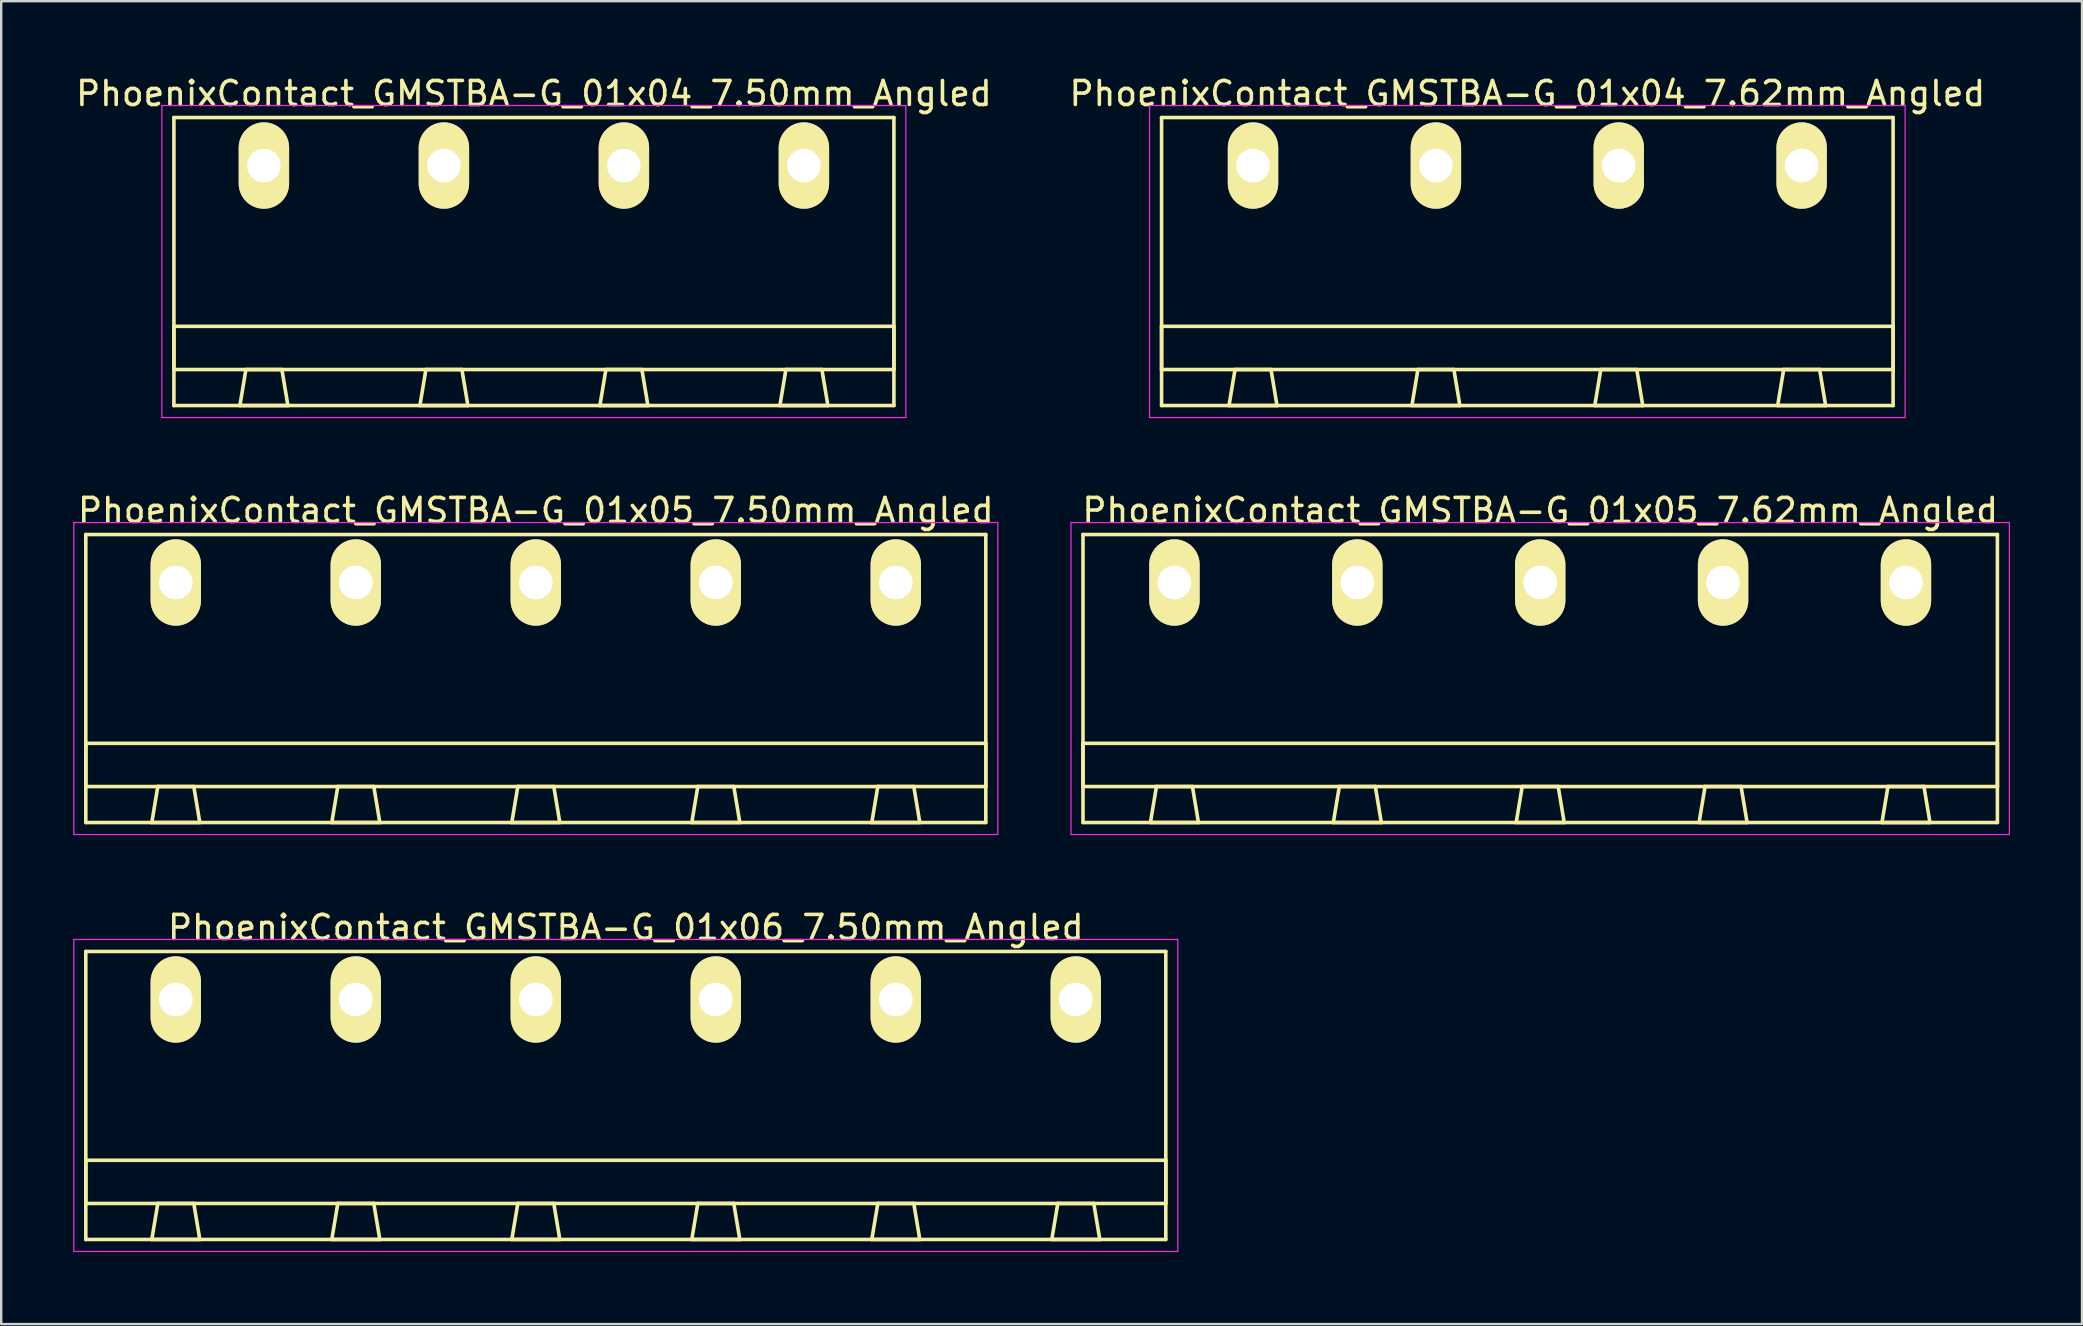
<source format=kicad_pcb>
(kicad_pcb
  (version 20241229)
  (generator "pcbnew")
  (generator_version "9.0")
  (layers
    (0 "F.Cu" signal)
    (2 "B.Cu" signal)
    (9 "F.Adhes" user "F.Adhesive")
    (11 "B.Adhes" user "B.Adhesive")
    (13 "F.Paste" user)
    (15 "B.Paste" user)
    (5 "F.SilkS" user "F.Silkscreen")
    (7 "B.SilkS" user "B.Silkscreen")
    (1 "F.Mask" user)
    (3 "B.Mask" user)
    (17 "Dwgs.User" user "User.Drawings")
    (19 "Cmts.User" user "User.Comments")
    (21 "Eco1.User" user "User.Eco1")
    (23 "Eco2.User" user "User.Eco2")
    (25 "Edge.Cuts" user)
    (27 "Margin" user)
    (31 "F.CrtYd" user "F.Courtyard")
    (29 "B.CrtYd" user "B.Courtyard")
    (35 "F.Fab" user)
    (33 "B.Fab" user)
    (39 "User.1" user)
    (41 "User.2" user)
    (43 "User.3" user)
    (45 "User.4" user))
  (footprint "PhoenixContact_GMSTBA-G_01x04_7.50mm_Angled"
    (layer "F.Cu")
    (at 7.946 3.848)
    (property "Reference" "PhoenixContact_GMSTBA-G_01x04_7.50mm_Angled" (at 11.25 -3 0) (layer "F.SilkS") (effects (font (size 1 1) (thickness 0.15))))
    (attr through_hole)
    (fp_line (start -3.75 -2) (end -3.75 10) (stroke (width 0.15) (type solid)) (layer "F.SilkS"))
    (fp_line (start -3.75 6.7) (end 26.25 6.7) (stroke (width 0.15) (type solid)) (layer "F.SilkS"))
    (fp_line (start -3.75 8.5) (end -3.75 6.7) (stroke (width 0.15) (type solid)) (layer "F.SilkS"))
    (fp_line (start -3.75 10) (end 26.25 10) (stroke (width 0.15) (type solid)) (layer "F.SilkS"))
    (fp_line (start -1 10) (end 1 10) (stroke (width 0.15) (type solid)) (layer "F.SilkS"))
    (fp_line (start -0.75 8.5) (end -1 10) (stroke (width 0.15) (type solid)) (layer "F.SilkS"))
    (fp_line (start 0.75 8.5) (end -0.75 8.5) (stroke (width 0.15) (type solid)) (layer "F.SilkS"))
    (fp_line (start 1 10) (end 0.75 8.5) (stroke (width 0.15) (type solid)) (layer "F.SilkS"))
    (fp_line (start 6.5 10) (end 8.5 10) (stroke (width 0.15) (type solid)) (layer "F.SilkS"))
    (fp_line (start 6.75 8.5) (end 6.5 10) (stroke (width 0.15) (type solid)) (layer "F.SilkS"))
    (fp_line (start 8.25 8.5) (end 6.75 8.5) (stroke (width 0.15) (type solid)) (layer "F.SilkS"))
    (fp_line (start 8.5 10) (end 8.25 8.5) (stroke (width 0.15) (type solid)) (layer "F.SilkS"))
    (fp_line (start 14 10) (end 16 10) (stroke (width 0.15) (type solid)) (layer "F.SilkS"))
    (fp_line (start 14.25 8.5) (end 14 10) (stroke (width 0.15) (type solid)) (layer "F.SilkS"))
    (fp_line (start 15.75 8.5) (end 14.25 8.5) (stroke (width 0.15) (type solid)) (layer "F.SilkS"))
    (fp_line (start 16 10) (end 15.75 8.5) (stroke (width 0.15) (type solid)) (layer "F.SilkS"))
    (fp_line (start 21.5 10) (end 23.5 10) (stroke (width 0.15) (type solid)) (layer "F.SilkS"))
    (fp_line (start 21.75 8.5) (end 21.5 10) (stroke (width 0.15) (type solid)) (layer "F.SilkS"))
    (fp_line (start 23.25 8.5) (end 21.75 8.5) (stroke (width 0.15) (type solid)) (layer "F.SilkS"))
    (fp_line (start 23.5 10) (end 23.25 8.5) (stroke (width 0.15) (type solid)) (layer "F.SilkS"))
    (fp_line (start 26.25 -2) (end -3.75 -2) (stroke (width 0.15) (type solid)) (layer "F.SilkS"))
    (fp_line (start 26.25 6.7) (end 26.25 8.5) (stroke (width 0.15) (type solid)) (layer "F.SilkS"))
    (fp_line (start 26.25 8.5) (end -3.75 8.5) (stroke (width 0.15) (type solid)) (layer "F.SilkS"))
    (fp_line (start 26.25 10) (end 26.25 -2) (stroke (width 0.15) (type solid)) (layer "F.SilkS"))
    (fp_line (start -4.25 -2.5) (end -4.25 10.5) (stroke (width 0.05) (type solid)) (layer "F.CrtYd"))
    (fp_line (start -4.25 10.5) (end 26.75 10.5) (stroke (width 0.05) (type solid)) (layer "F.CrtYd"))
    (fp_line (start 26.75 -2.5) (end -4.25 -2.5) (stroke (width 0.05) (type solid)) (layer "F.CrtYd"))
    (fp_line (start 26.75 10.5) (end 26.75 -2.5) (stroke (width 0.05) (type solid)) (layer "F.CrtYd"))
    (pad "1" thru_hole oval (at 0 0) (size 2.1 3.6) (drill 1.4) (layers "*.Cu" "*.Mask" "F.SilkS"))
    (pad "2" thru_hole oval (at 7.5 0) (size 2.1 3.6) (drill 1.4) (layers "*.Cu" "*.Mask" "F.SilkS"))
    (pad "3" thru_hole oval (at 15 0) (size 2.1 3.6) (drill 1.4) (layers "*.Cu" "*.Mask" "F.SilkS"))
    (pad "4" thru_hole oval (at 22.5 0) (size 2.1 3.6) (drill 1.4) (layers "*.Cu" "*.Mask" "F.SilkS")))
  (footprint "PhoenixContact_GMSTBA-G_01x04_7.62mm_Angled"
    (layer "F.Cu")
    (at 49.159 3.848)
    (property "Reference" "PhoenixContact_GMSTBA-G_01x04_7.62mm_Angled" (at 11.43 -3 0) (layer "F.SilkS") (effects (font (size 1 1) (thickness 0.15))))
    (attr through_hole)
    (fp_line (start -3.81 -2) (end -3.81 10) (stroke (width 0.15) (type solid)) (layer "F.SilkS"))
    (fp_line (start -3.81 6.7) (end 26.67 6.7) (stroke (width 0.15) (type solid)) (layer "F.SilkS"))
    (fp_line (start -3.81 8.5) (end -3.81 6.7) (stroke (width 0.15) (type solid)) (layer "F.SilkS"))
    (fp_line (start -3.81 10) (end 26.67 10) (stroke (width 0.15) (type solid)) (layer "F.SilkS"))
    (fp_line (start -1 10) (end 1 10) (stroke (width 0.15) (type solid)) (layer "F.SilkS"))
    (fp_line (start -0.75 8.5) (end -1 10) (stroke (width 0.15) (type solid)) (layer "F.SilkS"))
    (fp_line (start 0.75 8.5) (end -0.75 8.5) (stroke (width 0.15) (type solid)) (layer "F.SilkS"))
    (fp_line (start 1 10) (end 0.75 8.5) (stroke (width 0.15) (type solid)) (layer "F.SilkS"))
    (fp_line (start 6.62 10) (end 8.62 10) (stroke (width 0.15) (type solid)) (layer "F.SilkS"))
    (fp_line (start 6.87 8.5) (end 6.62 10) (stroke (width 0.15) (type solid)) (layer "F.SilkS"))
    (fp_line (start 8.37 8.5) (end 6.87 8.5) (stroke (width 0.15) (type solid)) (layer "F.SilkS"))
    (fp_line (start 8.62 10) (end 8.37 8.5) (stroke (width 0.15) (type solid)) (layer "F.SilkS"))
    (fp_line (start 14.24 10) (end 16.24 10) (stroke (width 0.15) (type solid)) (layer "F.SilkS"))
    (fp_line (start 14.49 8.5) (end 14.24 10) (stroke (width 0.15) (type solid)) (layer "F.SilkS"))
    (fp_line (start 15.99 8.5) (end 14.49 8.5) (stroke (width 0.15) (type solid)) (layer "F.SilkS"))
    (fp_line (start 16.24 10) (end 15.99 8.5) (stroke (width 0.15) (type solid)) (layer "F.SilkS"))
    (fp_line (start 21.86 10) (end 23.86 10) (stroke (width 0.15) (type solid)) (layer "F.SilkS"))
    (fp_line (start 22.11 8.5) (end 21.86 10) (stroke (width 0.15) (type solid)) (layer "F.SilkS"))
    (fp_line (start 23.61 8.5) (end 22.11 8.5) (stroke (width 0.15) (type solid)) (layer "F.SilkS"))
    (fp_line (start 23.86 10) (end 23.61 8.5) (stroke (width 0.15) (type solid)) (layer "F.SilkS"))
    (fp_line (start 26.67 -2) (end -3.81 -2) (stroke (width 0.15) (type solid)) (layer "F.SilkS"))
    (fp_line (start 26.67 6.7) (end 26.67 8.5) (stroke (width 0.15) (type solid)) (layer "F.SilkS"))
    (fp_line (start 26.67 8.5) (end -3.81 8.5) (stroke (width 0.15) (type solid)) (layer "F.SilkS"))
    (fp_line (start 26.67 10) (end 26.67 -2) (stroke (width 0.15) (type solid)) (layer "F.SilkS"))
    (fp_line (start -4.31 -2.5) (end -4.31 10.5) (stroke (width 0.05) (type solid)) (layer "F.CrtYd"))
    (fp_line (start -4.31 10.5) (end 27.17 10.5) (stroke (width 0.05) (type solid)) (layer "F.CrtYd"))
    (fp_line (start 27.17 -2.5) (end -4.31 -2.5) (stroke (width 0.05) (type solid)) (layer "F.CrtYd"))
    (fp_line (start 27.17 10.5) (end 27.17 -2.5) (stroke (width 0.05) (type solid)) (layer "F.CrtYd"))
    (pad "1" thru_hole oval (at 0 0) (size 2.1 3.6) (drill 1.4) (layers "*.Cu" "*.Mask" "F.SilkS"))
    (pad "2" thru_hole oval (at 7.62 0) (size 2.1 3.6) (drill 1.4) (layers "*.Cu" "*.Mask" "F.SilkS"))
    (pad "3" thru_hole oval (at 15.24 0) (size 2.1 3.6) (drill 1.4) (layers "*.Cu" "*.Mask" "F.SilkS"))
    (pad "4" thru_hole oval (at 22.86 0) (size 2.1 3.6) (drill 1.4) (layers "*.Cu" "*.Mask" "F.SilkS")))
  (footprint "PhoenixContact_GMSTBA-G_01x05_7.62mm_Angled"
    (layer "F.Cu")
    (at 45.885 21.221)
    (property "Reference" "PhoenixContact_GMSTBA-G_01x05_7.62mm_Angled" (at 15.24 -3 0) (layer "F.SilkS") (effects (font (size 1 1) (thickness 0.15))))
    (attr through_hole)
    (fp_line (start -3.81 -2) (end -3.81 10) (stroke (width 0.15) (type solid)) (layer "F.SilkS"))
    (fp_line (start -3.81 6.7) (end 34.29 6.7) (stroke (width 0.15) (type solid)) (layer "F.SilkS"))
    (fp_line (start -3.81 8.5) (end -3.81 6.7) (stroke (width 0.15) (type solid)) (layer "F.SilkS"))
    (fp_line (start -3.81 10) (end 34.29 10) (stroke (width 0.15) (type solid)) (layer "F.SilkS"))
    (fp_line (start -1 10) (end 1 10) (stroke (width 0.15) (type solid)) (layer "F.SilkS"))
    (fp_line (start -0.75 8.5) (end -1 10) (stroke (width 0.15) (type solid)) (layer "F.SilkS"))
    (fp_line (start 0.75 8.5) (end -0.75 8.5) (stroke (width 0.15) (type solid)) (layer "F.SilkS"))
    (fp_line (start 1 10) (end 0.75 8.5) (stroke (width 0.15) (type solid)) (layer "F.SilkS"))
    (fp_line (start 6.62 10) (end 8.62 10) (stroke (width 0.15) (type solid)) (layer "F.SilkS"))
    (fp_line (start 6.87 8.5) (end 6.62 10) (stroke (width 0.15) (type solid)) (layer "F.SilkS"))
    (fp_line (start 8.37 8.5) (end 6.87 8.5) (stroke (width 0.15) (type solid)) (layer "F.SilkS"))
    (fp_line (start 8.62 10) (end 8.37 8.5) (stroke (width 0.15) (type solid)) (layer "F.SilkS"))
    (fp_line (start 14.24 10) (end 16.24 10) (stroke (width 0.15) (type solid)) (layer "F.SilkS"))
    (fp_line (start 14.49 8.5) (end 14.24 10) (stroke (width 0.15) (type solid)) (layer "F.SilkS"))
    (fp_line (start 15.99 8.5) (end 14.49 8.5) (stroke (width 0.15) (type solid)) (layer "F.SilkS"))
    (fp_line (start 16.24 10) (end 15.99 8.5) (stroke (width 0.15) (type solid)) (layer "F.SilkS"))
    (fp_line (start 21.86 10) (end 23.86 10) (stroke (width 0.15) (type solid)) (layer "F.SilkS"))
    (fp_line (start 22.11 8.5) (end 21.86 10) (stroke (width 0.15) (type solid)) (layer "F.SilkS"))
    (fp_line (start 23.61 8.5) (end 22.11 8.5) (stroke (width 0.15) (type solid)) (layer "F.SilkS"))
    (fp_line (start 23.86 10) (end 23.61 8.5) (stroke (width 0.15) (type solid)) (layer "F.SilkS"))
    (fp_line (start 29.48 10) (end 31.48 10) (stroke (width 0.15) (type solid)) (layer "F.SilkS"))
    (fp_line (start 29.73 8.5) (end 29.48 10) (stroke (width 0.15) (type solid)) (layer "F.SilkS"))
    (fp_line (start 31.23 8.5) (end 29.73 8.5) (stroke (width 0.15) (type solid)) (layer "F.SilkS"))
    (fp_line (start 31.48 10) (end 31.23 8.5) (stroke (width 0.15) (type solid)) (layer "F.SilkS"))
    (fp_line (start 34.29 -2) (end -3.81 -2) (stroke (width 0.15) (type solid)) (layer "F.SilkS"))
    (fp_line (start 34.29 6.7) (end 34.29 8.5) (stroke (width 0.15) (type solid)) (layer "F.SilkS"))
    (fp_line (start 34.29 8.5) (end -3.81 8.5) (stroke (width 0.15) (type solid)) (layer "F.SilkS"))
    (fp_line (start 34.29 10) (end 34.29 -2) (stroke (width 0.15) (type solid)) (layer "F.SilkS"))
    (fp_line (start -4.31 -2.5) (end -4.31 10.5) (stroke (width 0.05) (type solid)) (layer "F.CrtYd"))
    (fp_line (start -4.31 10.5) (end 34.79 10.5) (stroke (width 0.05) (type solid)) (layer "F.CrtYd"))
    (fp_line (start 34.79 -2.5) (end -4.31 -2.5) (stroke (width 0.05) (type solid)) (layer "F.CrtYd"))
    (fp_line (start 34.79 10.5) (end 34.79 -2.5) (stroke (width 0.05) (type solid)) (layer "F.CrtYd"))
    (pad "1" thru_hole oval (at 0 0) (size 2.1 3.6) (drill 1.4) (layers "*.Cu" "*.Mask" "F.SilkS"))
    (pad "2" thru_hole oval (at 7.62 0) (size 2.1 3.6) (drill 1.4) (layers "*.Cu" "*.Mask" "F.SilkS"))
    (pad "3" thru_hole oval (at 15.24 0) (size 2.1 3.6) (drill 1.4) (layers "*.Cu" "*.Mask" "F.SilkS"))
    (pad "4" thru_hole oval (at 22.86 0) (size 2.1 3.6) (drill 1.4) (layers "*.Cu" "*.Mask" "F.SilkS"))
    (pad "5" thru_hole oval (at 30.48 0) (size 2.1 3.6) (drill 1.4) (layers "*.Cu" "*.Mask" "F.SilkS")))
  (footprint "PhoenixContact_GMSTBA-G_01x06_7.50mm_Angled"
    (layer "F.Cu")
    (at 4.275 38.595)
    (property "Reference" "PhoenixContact_GMSTBA-G_01x06_7.50mm_Angled" (at 18.75 -3 0) (layer "F.SilkS") (effects (font (size 1 1) (thickness 0.15))))
    (attr through_hole)
    (fp_line (start -3.75 -2) (end -3.75 10) (stroke (width 0.15) (type solid)) (layer "F.SilkS"))
    (fp_line (start -3.75 6.7) (end 41.25 6.7) (stroke (width 0.15) (type solid)) (layer "F.SilkS"))
    (fp_line (start -3.75 8.5) (end -3.75 6.7) (stroke (width 0.15) (type solid)) (layer "F.SilkS"))
    (fp_line (start -3.75 10) (end 41.25 10) (stroke (width 0.15) (type solid)) (layer "F.SilkS"))
    (fp_line (start -1 10) (end 1 10) (stroke (width 0.15) (type solid)) (layer "F.SilkS"))
    (fp_line (start -0.75 8.5) (end -1 10) (stroke (width 0.15) (type solid)) (layer "F.SilkS"))
    (fp_line (start 0.75 8.5) (end -0.75 8.5) (stroke (width 0.15) (type solid)) (layer "F.SilkS"))
    (fp_line (start 1 10) (end 0.75 8.5) (stroke (width 0.15) (type solid)) (layer "F.SilkS"))
    (fp_line (start 6.5 10) (end 8.5 10) (stroke (width 0.15) (type solid)) (layer "F.SilkS"))
    (fp_line (start 6.75 8.5) (end 6.5 10) (stroke (width 0.15) (type solid)) (layer "F.SilkS"))
    (fp_line (start 8.25 8.5) (end 6.75 8.5) (stroke (width 0.15) (type solid)) (layer "F.SilkS"))
    (fp_line (start 8.5 10) (end 8.25 8.5) (stroke (width 0.15) (type solid)) (layer "F.SilkS"))
    (fp_line (start 14 10) (end 16 10) (stroke (width 0.15) (type solid)) (layer "F.SilkS"))
    (fp_line (start 14.25 8.5) (end 14 10) (stroke (width 0.15) (type solid)) (layer "F.SilkS"))
    (fp_line (start 15.75 8.5) (end 14.25 8.5) (stroke (width 0.15) (type solid)) (layer "F.SilkS"))
    (fp_line (start 16 10) (end 15.75 8.5) (stroke (width 0.15) (type solid)) (layer "F.SilkS"))
    (fp_line (start 21.5 10) (end 23.5 10) (stroke (width 0.15) (type solid)) (layer "F.SilkS"))
    (fp_line (start 21.75 8.5) (end 21.5 10) (stroke (width 0.15) (type solid)) (layer "F.SilkS"))
    (fp_line (start 23.25 8.5) (end 21.75 8.5) (stroke (width 0.15) (type solid)) (layer "F.SilkS"))
    (fp_line (start 23.5 10) (end 23.25 8.5) (stroke (width 0.15) (type solid)) (layer "F.SilkS"))
    (fp_line (start 29 10) (end 31 10) (stroke (width 0.15) (type solid)) (layer "F.SilkS"))
    (fp_line (start 29.25 8.5) (end 29 10) (stroke (width 0.15) (type solid)) (layer "F.SilkS"))
    (fp_line (start 30.75 8.5) (end 29.25 8.5) (stroke (width 0.15) (type solid)) (layer "F.SilkS"))
    (fp_line (start 31 10) (end 30.75 8.5) (stroke (width 0.15) (type solid)) (layer "F.SilkS"))
    (fp_line (start 36.5 10) (end 38.5 10) (stroke (width 0.15) (type solid)) (layer "F.SilkS"))
    (fp_line (start 36.75 8.5) (end 36.5 10) (stroke (width 0.15) (type solid)) (layer "F.SilkS"))
    (fp_line (start 38.25 8.5) (end 36.75 8.5) (stroke (width 0.15) (type solid)) (layer "F.SilkS"))
    (fp_line (start 38.5 10) (end 38.25 8.5) (stroke (width 0.15) (type solid)) (layer "F.SilkS"))
    (fp_line (start 41.25 -2) (end -3.75 -2) (stroke (width 0.15) (type solid)) (layer "F.SilkS"))
    (fp_line (start 41.25 6.7) (end 41.25 8.5) (stroke (width 0.15) (type solid)) (layer "F.SilkS"))
    (fp_line (start 41.25 8.5) (end -3.75 8.5) (stroke (width 0.15) (type solid)) (layer "F.SilkS"))
    (fp_line (start 41.25 10) (end 41.25 -2) (stroke (width 0.15) (type solid)) (layer "F.SilkS"))
    (fp_line (start -4.25 -2.5) (end -4.25 10.5) (stroke (width 0.05) (type solid)) (layer "F.CrtYd"))
    (fp_line (start -4.25 10.5) (end 41.75 10.5) (stroke (width 0.05) (type solid)) (layer "F.CrtYd"))
    (fp_line (start 41.75 -2.5) (end -4.25 -2.5) (stroke (width 0.05) (type solid)) (layer "F.CrtYd"))
    (fp_line (start 41.75 10.5) (end 41.75 -2.5) (stroke (width 0.05) (type solid)) (layer "F.CrtYd"))
    (pad "1" thru_hole oval (at 0 0) (size 2.1 3.6) (drill 1.4) (layers "*.Cu" "*.Mask" "F.SilkS"))
    (pad "2" thru_hole oval (at 7.5 0) (size 2.1 3.6) (drill 1.4) (layers "*.Cu" "*.Mask" "F.SilkS"))
    (pad "3" thru_hole oval (at 15 0) (size 2.1 3.6) (drill 1.4) (layers "*.Cu" "*.Mask" "F.SilkS"))
    (pad "4" thru_hole oval (at 22.5 0) (size 2.1 3.6) (drill 1.4) (layers "*.Cu" "*.Mask" "F.SilkS"))
    (pad "5" thru_hole oval (at 30 0) (size 2.1 3.6) (drill 1.4) (layers "*.Cu" "*.Mask" "F.SilkS"))
    (pad "6" thru_hole oval (at 37.5 0) (size 2.1 3.6) (drill 1.4) (layers "*.Cu" "*.Mask" "F.SilkS")))
  (footprint "PhoenixContact_GMSTBA-G_01x05_7.50mm_Angled"
    (layer "F.Cu")
    (at 4.275 21.221)
    (property "Reference" "PhoenixContact_GMSTBA-G_01x05_7.50mm_Angled" (at 15 -3 0) (layer "F.SilkS") (effects (font (size 1 1) (thickness 0.15))))
    (attr through_hole)
    (fp_line (start -3.75 -2) (end -3.75 10) (stroke (width 0.15) (type solid)) (layer "F.SilkS"))
    (fp_line (start -3.75 6.7) (end 33.75 6.7) (stroke (width 0.15) (type solid)) (layer "F.SilkS"))
    (fp_line (start -3.75 8.5) (end -3.75 6.7) (stroke (width 0.15) (type solid)) (layer "F.SilkS"))
    (fp_line (start -3.75 10) (end 33.75 10) (stroke (width 0.15) (type solid)) (layer "F.SilkS"))
    (fp_line (start -1 10) (end 1 10) (stroke (width 0.15) (type solid)) (layer "F.SilkS"))
    (fp_line (start -0.75 8.5) (end -1 10) (stroke (width 0.15) (type solid)) (layer "F.SilkS"))
    (fp_line (start 0.75 8.5) (end -0.75 8.5) (stroke (width 0.15) (type solid)) (layer "F.SilkS"))
    (fp_line (start 1 10) (end 0.75 8.5) (stroke (width 0.15) (type solid)) (layer "F.SilkS"))
    (fp_line (start 6.5 10) (end 8.5 10) (stroke (width 0.15) (type solid)) (layer "F.SilkS"))
    (fp_line (start 6.75 8.5) (end 6.5 10) (stroke (width 0.15) (type solid)) (layer "F.SilkS"))
    (fp_line (start 8.25 8.5) (end 6.75 8.5) (stroke (width 0.15) (type solid)) (layer "F.SilkS"))
    (fp_line (start 8.5 10) (end 8.25 8.5) (stroke (width 0.15) (type solid)) (layer "F.SilkS"))
    (fp_line (start 14 10) (end 16 10) (stroke (width 0.15) (type solid)) (layer "F.SilkS"))
    (fp_line (start 14.25 8.5) (end 14 10) (stroke (width 0.15) (type solid)) (layer "F.SilkS"))
    (fp_line (start 15.75 8.5) (end 14.25 8.5) (stroke (width 0.15) (type solid)) (layer "F.SilkS"))
    (fp_line (start 16 10) (end 15.75 8.5) (stroke (width 0.15) (type solid)) (layer "F.SilkS"))
    (fp_line (start 21.5 10) (end 23.5 10) (stroke (width 0.15) (type solid)) (layer "F.SilkS"))
    (fp_line (start 21.75 8.5) (end 21.5 10) (stroke (width 0.15) (type solid)) (layer "F.SilkS"))
    (fp_line (start 23.25 8.5) (end 21.75 8.5) (stroke (width 0.15) (type solid)) (layer "F.SilkS"))
    (fp_line (start 23.5 10) (end 23.25 8.5) (stroke (width 0.15) (type solid)) (layer "F.SilkS"))
    (fp_line (start 29 10) (end 31 10) (stroke (width 0.15) (type solid)) (layer "F.SilkS"))
    (fp_line (start 29.25 8.5) (end 29 10) (stroke (width 0.15) (type solid)) (layer "F.SilkS"))
    (fp_line (start 30.75 8.5) (end 29.25 8.5) (stroke (width 0.15) (type solid)) (layer "F.SilkS"))
    (fp_line (start 31 10) (end 30.75 8.5) (stroke (width 0.15) (type solid)) (layer "F.SilkS"))
    (fp_line (start 33.75 -2) (end -3.75 -2) (stroke (width 0.15) (type solid)) (layer "F.SilkS"))
    (fp_line (start 33.75 6.7) (end 33.75 8.5) (stroke (width 0.15) (type solid)) (layer "F.SilkS"))
    (fp_line (start 33.75 8.5) (end -3.75 8.5) (stroke (width 0.15) (type solid)) (layer "F.SilkS"))
    (fp_line (start 33.75 10) (end 33.75 -2) (stroke (width 0.15) (type solid)) (layer "F.SilkS"))
    (fp_line (start -4.25 -2.5) (end -4.25 10.5) (stroke (width 0.05) (type solid)) (layer "F.CrtYd"))
    (fp_line (start -4.25 10.5) (end 34.25 10.5) (stroke (width 0.05) (type solid)) (layer "F.CrtYd"))
    (fp_line (start 34.25 -2.5) (end -4.25 -2.5) (stroke (width 0.05) (type solid)) (layer "F.CrtYd"))
    (fp_line (start 34.25 10.5) (end 34.25 -2.5) (stroke (width 0.05) (type solid)) (layer "F.CrtYd"))
    (pad "1" thru_hole oval (at 0 0) (size 2.1 3.6) (drill 1.4) (layers "*.Cu" "*.Mask" "F.SilkS"))
    (pad "2" thru_hole oval (at 7.5 0) (size 2.1 3.6) (drill 1.4) (layers "*.Cu" "*.Mask" "F.SilkS"))
    (pad "3" thru_hole oval (at 15 0) (size 2.1 3.6) (drill 1.4) (layers "*.Cu" "*.Mask" "F.SilkS"))
    (pad "4" thru_hole oval (at 22.5 0) (size 2.1 3.6) (drill 1.4) (layers "*.Cu" "*.Mask" "F.SilkS"))
    (pad "5" thru_hole oval (at 30 0) (size 2.1 3.6) (drill 1.4) (layers "*.Cu" "*.Mask" "F.SilkS")))
  (gr_rect
    (start -3 -3)
    (end 83.7 52.12)
    (stroke (width 0.1) (type default))
    (fill no)
    (layer "Edge.Cuts")))
</source>
